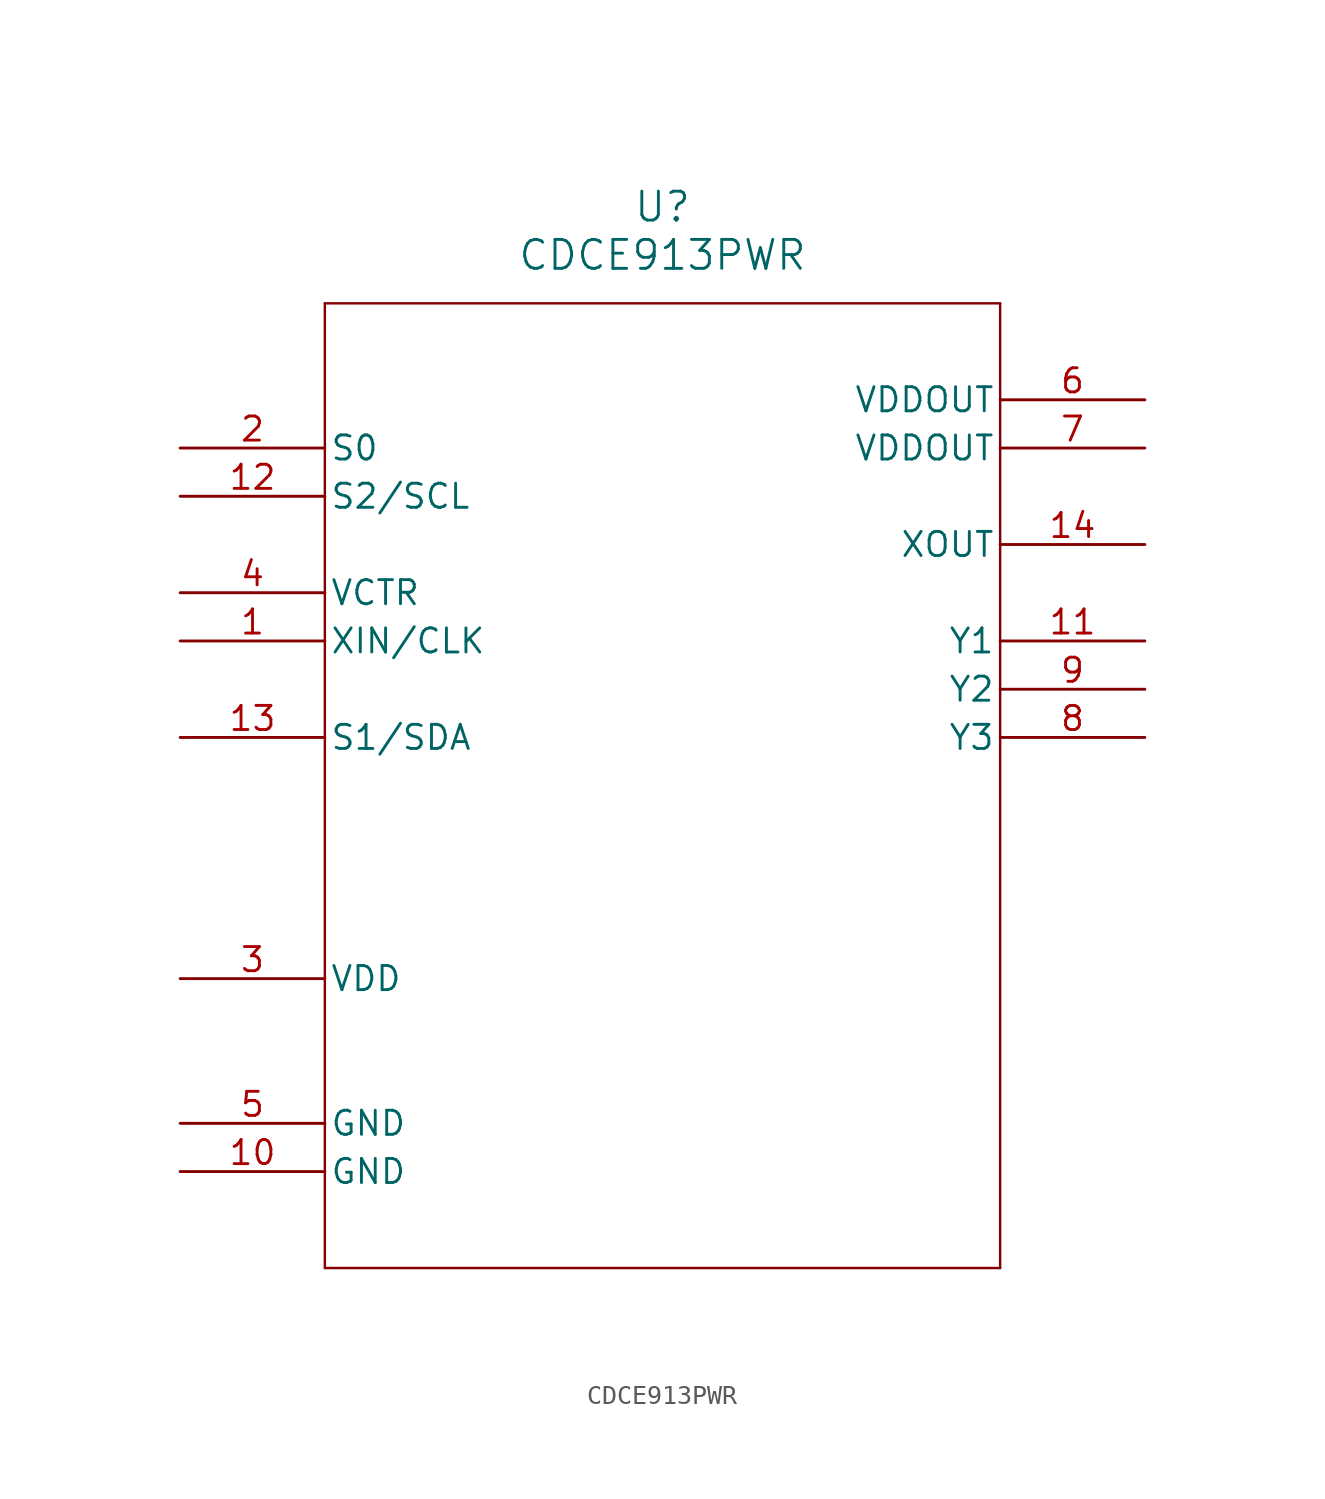
<source format=kicad_sym>
(kicad_symbol_lib
  (version 20211014)
  (generator kicad_symbol_editor)
  (symbol "CDCE913PWR"
    (pin_names
      (offset 0.254))
    (property "Reference" "U"
      (at 25.4 12.7 0)
      (effects (font (size 1.524 1.524))))
    (property "Value" "CDCE913PWR"
      (at 25.4 10.16 0)
      (effects (font (size 1.524 1.524))))
    (symbol "CDCE913PWR_0_1"
      (polyline (pts (xy 7.62 7.62) (xy 7.62 -43.18)) (stroke (width 0.127) (type default) (color 0 0 0 0)) (fill (type none)))
      (polyline (pts (xy 7.62 -43.18) (xy 43.18 -43.18)) (stroke (width 0.127) (type default) (color 0 0 0 0)) (fill (type none)))
      (polyline (pts (xy 43.18 -43.18) (xy 43.18 7.62)) (stroke (width 0.127) (type default) (color 0 0 0 0)) (fill (type none)))
      (polyline (pts (xy 43.18 7.62) (xy 7.62 7.62)) (stroke (width 0.127) (type default) (color 0 0 0 0)) (fill (type none)))
      (pin input line (at 0 -10.16 0) (length 7.62) (name "XIN/CLK" (effects (font (size 1.27 1.27)))) (number "1" (effects (font (size 1.27 1.27)))))
      (pin input line (at 0 0 0) (length 7.62) (name "S0" (effects (font (size 1.27 1.27)))) (number "2" (effects (font (size 1.27 1.27)))))
      (pin power_in line (at 0 -27.94 0) (length 7.62) (name "VDD" (effects (font (size 1.27 1.27)))) (number "3" (effects (font (size 1.27 1.27)))))
      (pin input line (at 0 -7.62 0) (length 7.62) (name "VCTR" (effects (font (size 1.27 1.27)))) (number "4" (effects (font (size 1.27 1.27)))))
      (pin power_in line (at 0 -35.56 0) (length 7.62) (name "GND" (effects (font (size 1.27 1.27)))) (number "5" (effects (font (size 1.27 1.27)))))
      (pin power_in line (at 50.8 2.54 180) (length 7.62) (name "VDDOUT" (effects (font (size 1.27 1.27)))) (number "6" (effects (font (size 1.27 1.27)))))
      (pin power_in line (at 50.8 0 180) (length 7.62) (name "VDDOUT" (effects (font (size 1.27 1.27)))) (number "7" (effects (font (size 1.27 1.27)))))
      (pin output line (at 50.8 -15.24 180) (length 7.62) (name "Y3" (effects (font (size 1.27 1.27)))) (number "8" (effects (font (size 1.27 1.27)))))
      (pin output line (at 50.8 -12.7 180) (length 7.62) (name "Y2" (effects (font (size 1.27 1.27)))) (number "9" (effects (font (size 1.27 1.27)))))
      (pin power_in line (at 0 -38.1 0) (length 7.62) (name "GND" (effects (font (size 1.27 1.27)))) (number "10" (effects (font (size 1.27 1.27)))))
      (pin output line (at 50.8 -10.16 180) (length 7.62) (name "Y1" (effects (font (size 1.27 1.27)))) (number "11" (effects (font (size 1.27 1.27)))))
      (pin input line (at 0 -2.54 0) (length 7.62) (name "S2/SCL" (effects (font (size 1.27 1.27)))) (number "12" (effects (font (size 1.27 1.27)))))
      (pin bidirectional line (at 0 -15.24 0) (length 7.62) (name "S1/SDA" (effects (font (size 1.27 1.27)))) (number "13" (effects (font (size 1.27 1.27)))))
      (pin output line (at 50.8 -5.08 180) (length 7.62) (name "XOUT" (effects (font (size 1.27 1.27)))) (number "14" (effects (font (size 1.27 1.27))))))))
</source>
